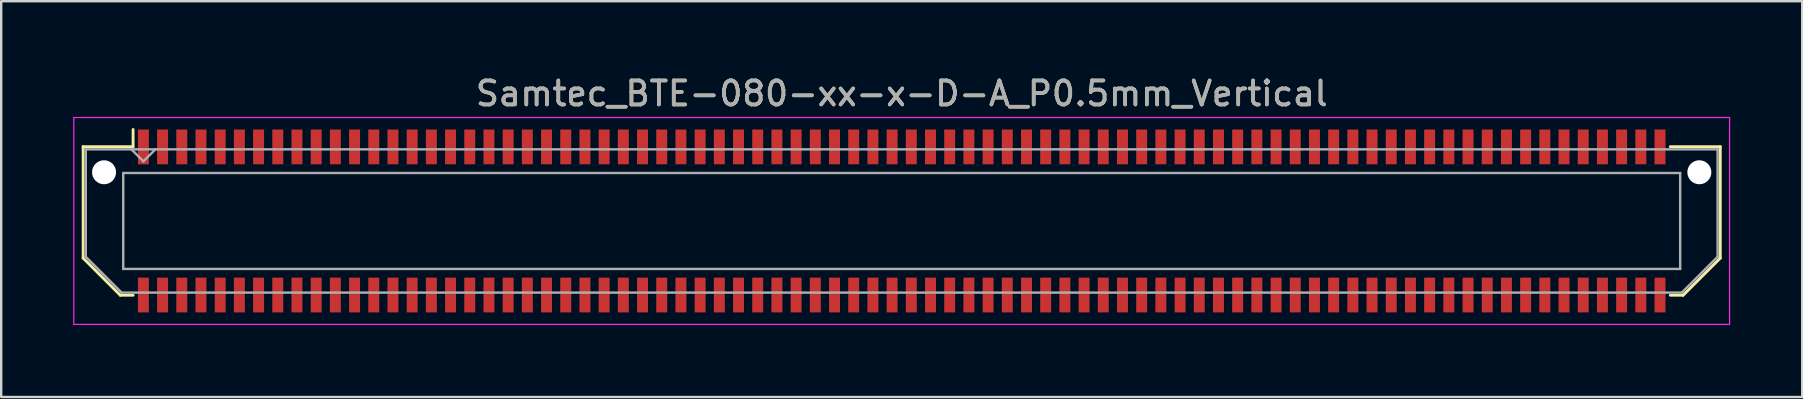
<source format=kicad_pcb>
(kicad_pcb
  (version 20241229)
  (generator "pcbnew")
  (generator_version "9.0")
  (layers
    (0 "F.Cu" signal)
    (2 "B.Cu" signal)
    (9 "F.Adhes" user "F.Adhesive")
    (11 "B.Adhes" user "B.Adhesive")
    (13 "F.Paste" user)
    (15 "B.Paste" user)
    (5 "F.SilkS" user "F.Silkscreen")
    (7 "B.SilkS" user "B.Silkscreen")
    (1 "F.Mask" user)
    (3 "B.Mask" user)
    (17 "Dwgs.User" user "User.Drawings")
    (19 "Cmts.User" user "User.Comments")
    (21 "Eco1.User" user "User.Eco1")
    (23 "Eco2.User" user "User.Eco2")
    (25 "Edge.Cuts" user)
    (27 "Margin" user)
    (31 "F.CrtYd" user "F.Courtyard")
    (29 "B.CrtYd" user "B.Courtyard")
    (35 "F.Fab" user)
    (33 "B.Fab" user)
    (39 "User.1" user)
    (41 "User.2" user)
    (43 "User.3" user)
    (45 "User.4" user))
  (footprint "Samtec_BTE-080-xx-x-D-A_P0.5mm_Vertical"
    (layer "F.Cu")
    (at 34.525 6.158)
    (property "Reference" "Samtec_BTE-080-xx-x-D-A_P0.5mm_Vertical" (at 0 -5.31 0) (layer "F.SilkS") (effects (font (size 1 1) (thickness 0.15))))
    (attr smd)
    (fp_line (start -34.11 -3.095) (end -34.11 1.548) (stroke (width 0.12) (type solid)) (layer "F.SilkS"))
    (fp_line (start -34.11 1.548) (end -32.562 3.095) (stroke (width 0.12) (type solid)) (layer "F.SilkS"))
    (fp_line (start -32.562 3.095) (end -32.029 3.095) (stroke (width 0.12) (type solid)) (layer "F.SilkS"))
    (fp_line (start -32.029 -3.811) (end -32.029 -3.095) (stroke (width 0.12) (type solid)) (layer "F.SilkS"))
    (fp_line (start -32.029 -3.095) (end -34.11 -3.095) (stroke (width 0.12) (type solid)) (layer "F.SilkS"))
    (fp_line (start 32.029 -3.095) (end 34.11 -3.095) (stroke (width 0.12) (type solid)) (layer "F.SilkS"))
    (fp_line (start 32.562 3.095) (end 32.029 3.095) (stroke (width 0.12) (type solid)) (layer "F.SilkS"))
    (fp_line (start 34.11 -3.095) (end 34.11 1.548) (stroke (width 0.12) (type solid)) (layer "F.SilkS"))
    (fp_line (start 34.11 1.548) (end 32.562 3.095) (stroke (width 0.12) (type solid)) (layer "F.SilkS"))
    (fp_line (start -34.5 -4.31) (end -34.5 4.31) (stroke (width 0.05) (type solid)) (layer "F.CrtYd"))
    (fp_line (start -34.5 4.31) (end 34.5 4.31) (stroke (width 0.05) (type solid)) (layer "F.CrtYd"))
    (fp_line (start 34.5 -4.31) (end -34.5 -4.31) (stroke (width 0.05) (type solid)) (layer "F.CrtYd"))
    (fp_line (start 34.5 4.31) (end 34.5 -4.31) (stroke (width 0.05) (type solid)) (layer "F.CrtYd"))
    (fp_line (start -34 -2.985) (end -34 1.492) (stroke (width 0.1) (type solid)) (layer "F.Fab"))
    (fp_line (start -34 -2.985) (end 34 -2.985) (stroke (width 0.1) (type solid)) (layer "F.Fab"))
    (fp_line (start -34 1.492) (end -32.508 2.985) (stroke (width 0.1) (type solid)) (layer "F.Fab"))
    (fp_line (start -32.508 2.985) (end 32.508 2.985) (stroke (width 0.1) (type solid)) (layer "F.Fab"))
    (fp_line (start -32.44 -2) (end -32.44 2) (stroke (width 0.1) (type solid)) (layer "F.Fab"))
    (fp_line (start -32.44 2) (end 32.44 2) (stroke (width 0.1) (type solid)) (layer "F.Fab"))
    (fp_line (start -31.6 -2.485) (end -32.1 -2.985) (stroke (width 0.1) (type solid)) (layer "F.Fab"))
    (fp_line (start -31.1 -2.985) (end -31.6 -2.485) (stroke (width 0.1) (type solid)) (layer "F.Fab"))
    (fp_line (start 32.44 -2) (end -32.44 -2) (stroke (width 0.1) (type solid)) (layer "F.Fab"))
    (fp_line (start 32.44 2) (end 32.44 -2) (stroke (width 0.1) (type solid)) (layer "F.Fab"))
    (fp_line (start 34 -2.985) (end 34 1.492) (stroke (width 0.1) (type solid)) (layer "F.Fab"))
    (fp_line (start 34 1.492) (end 32.508 2.985) (stroke (width 0.1) (type solid)) (layer "F.Fab"))
    (fp_text user "${REFERENCE}" (at 0 -5.31 0) (layer "F.Fab") (effects (font (size 1 1) (thickness 0.15))))
    (pad "" np_thru_hole circle (at -33.239 -2.03) (size 1 1) (drill 1) (layers "*.Cu" "*.Mask"))
    (pad "" np_thru_hole circle (at 33.239 -2.03) (size 1 1) (drill 1) (layers "*.Cu" "*.Mask"))
    (pad "1" smd rect (at -31.6 -3.086) (size 0.457 1.45) (layers "F.Cu" "F.Mask" "F.Paste"))
    (pad "2" smd rect (at -31.6 3.086) (size 0.457 1.45) (layers "F.Cu" "F.Mask" "F.Paste"))
    (pad "3" smd rect (at -30.8 -3.086) (size 0.457 1.45) (layers "F.Cu" "F.Mask" "F.Paste"))
    (pad "4" smd rect (at -30.8 3.086) (size 0.457 1.45) (layers "F.Cu" "F.Mask" "F.Paste"))
    (pad "5" smd rect (at -30 -3.086) (size 0.457 1.45) (layers "F.Cu" "F.Mask" "F.Paste"))
    (pad "6" smd rect (at -30 3.086) (size 0.457 1.45) (layers "F.Cu" "F.Mask" "F.Paste"))
    (pad "7" smd rect (at -29.2 -3.086) (size 0.457 1.45) (layers "F.Cu" "F.Mask" "F.Paste"))
    (pad "8" smd rect (at -29.2 3.086) (size 0.457 1.45) (layers "F.Cu" "F.Mask" "F.Paste"))
    (pad "9" smd rect (at -28.4 -3.086) (size 0.457 1.45) (layers "F.Cu" "F.Mask" "F.Paste"))
    (pad "10" smd rect (at -28.4 3.086) (size 0.457 1.45) (layers "F.Cu" "F.Mask" "F.Paste"))
    (pad "11" smd rect (at -27.6 -3.086) (size 0.457 1.45) (layers "F.Cu" "F.Mask" "F.Paste"))
    (pad "12" smd rect (at -27.6 3.086) (size 0.457 1.45) (layers "F.Cu" "F.Mask" "F.Paste"))
    (pad "13" smd rect (at -26.8 -3.086) (size 0.457 1.45) (layers "F.Cu" "F.Mask" "F.Paste"))
    (pad "14" smd rect (at -26.8 3.086) (size 0.457 1.45) (layers "F.Cu" "F.Mask" "F.Paste"))
    (pad "15" smd rect (at -26 -3.086) (size 0.457 1.45) (layers "F.Cu" "F.Mask" "F.Paste"))
    (pad "16" smd rect (at -26 3.086) (size 0.457 1.45) (layers "F.Cu" "F.Mask" "F.Paste"))
    (pad "17" smd rect (at -25.2 -3.086) (size 0.457 1.45) (layers "F.Cu" "F.Mask" "F.Paste"))
    (pad "18" smd rect (at -25.2 3.086) (size 0.457 1.45) (layers "F.Cu" "F.Mask" "F.Paste"))
    (pad "19" smd rect (at -24.4 -3.086) (size 0.457 1.45) (layers "F.Cu" "F.Mask" "F.Paste"))
    (pad "20" smd rect (at -24.4 3.086) (size 0.457 1.45) (layers "F.Cu" "F.Mask" "F.Paste"))
    (pad "21" smd rect (at -23.6 -3.086) (size 0.457 1.45) (layers "F.Cu" "F.Mask" "F.Paste"))
    (pad "22" smd rect (at -23.6 3.086) (size 0.457 1.45) (layers "F.Cu" "F.Mask" "F.Paste"))
    (pad "23" smd rect (at -22.8 -3.086) (size 0.457 1.45) (layers "F.Cu" "F.Mask" "F.Paste"))
    (pad "24" smd rect (at -22.8 3.086) (size 0.457 1.45) (layers "F.Cu" "F.Mask" "F.Paste"))
    (pad "25" smd rect (at -22 -3.086) (size 0.457 1.45) (layers "F.Cu" "F.Mask" "F.Paste"))
    (pad "26" smd rect (at -22 3.086) (size 0.457 1.45) (layers "F.Cu" "F.Mask" "F.Paste"))
    (pad "27" smd rect (at -21.2 -3.086) (size 0.457 1.45) (layers "F.Cu" "F.Mask" "F.Paste"))
    (pad "28" smd rect (at -21.2 3.086) (size 0.457 1.45) (layers "F.Cu" "F.Mask" "F.Paste"))
    (pad "29" smd rect (at -20.4 -3.086) (size 0.457 1.45) (layers "F.Cu" "F.Mask" "F.Paste"))
    (pad "30" smd rect (at -20.4 3.086) (size 0.457 1.45) (layers "F.Cu" "F.Mask" "F.Paste"))
    (pad "31" smd rect (at -19.6 -3.086) (size 0.457 1.45) (layers "F.Cu" "F.Mask" "F.Paste"))
    (pad "32" smd rect (at -19.6 3.086) (size 0.457 1.45) (layers "F.Cu" "F.Mask" "F.Paste"))
    (pad "33" smd rect (at -18.8 -3.086) (size 0.457 1.45) (layers "F.Cu" "F.Mask" "F.Paste"))
    (pad "34" smd rect (at -18.8 3.086) (size 0.457 1.45) (layers "F.Cu" "F.Mask" "F.Paste"))
    (pad "35" smd rect (at -18 -3.086) (size 0.457 1.45) (layers "F.Cu" "F.Mask" "F.Paste"))
    (pad "36" smd rect (at -18 3.086) (size 0.457 1.45) (layers "F.Cu" "F.Mask" "F.Paste"))
    (pad "37" smd rect (at -17.2 -3.086) (size 0.457 1.45) (layers "F.Cu" "F.Mask" "F.Paste"))
    (pad "38" smd rect (at -17.2 3.086) (size 0.457 1.45) (layers "F.Cu" "F.Mask" "F.Paste"))
    (pad "39" smd rect (at -16.4 -3.086) (size 0.457 1.45) (layers "F.Cu" "F.Mask" "F.Paste"))
    (pad "40" smd rect (at -16.4 3.086) (size 0.457 1.45) (layers "F.Cu" "F.Mask" "F.Paste"))
    (pad "41" smd rect (at -15.6 -3.086) (size 0.457 1.45) (layers "F.Cu" "F.Mask" "F.Paste"))
    (pad "42" smd rect (at -15.6 3.086) (size 0.457 1.45) (layers "F.Cu" "F.Mask" "F.Paste"))
    (pad "43" smd rect (at -14.8 -3.086) (size 0.457 1.45) (layers "F.Cu" "F.Mask" "F.Paste"))
    (pad "44" smd rect (at -14.8 3.086) (size 0.457 1.45) (layers "F.Cu" "F.Mask" "F.Paste"))
    (pad "45" smd rect (at -14 -3.086) (size 0.457 1.45) (layers "F.Cu" "F.Mask" "F.Paste"))
    (pad "46" smd rect (at -14 3.086) (size 0.457 1.45) (layers "F.Cu" "F.Mask" "F.Paste"))
    (pad "47" smd rect (at -13.2 -3.086) (size 0.457 1.45) (layers "F.Cu" "F.Mask" "F.Paste"))
    (pad "48" smd rect (at -13.2 3.086) (size 0.457 1.45) (layers "F.Cu" "F.Mask" "F.Paste"))
    (pad "49" smd rect (at -12.4 -3.086) (size 0.457 1.45) (layers "F.Cu" "F.Mask" "F.Paste"))
    (pad "50" smd rect (at -12.4 3.086) (size 0.457 1.45) (layers "F.Cu" "F.Mask" "F.Paste"))
    (pad "51" smd rect (at -11.6 -3.086) (size 0.457 1.45) (layers "F.Cu" "F.Mask" "F.Paste"))
    (pad "52" smd rect (at -11.6 3.086) (size 0.457 1.45) (layers "F.Cu" "F.Mask" "F.Paste"))
    (pad "53" smd rect (at -10.8 -3.086) (size 0.457 1.45) (layers "F.Cu" "F.Mask" "F.Paste"))
    (pad "54" smd rect (at -10.8 3.086) (size 0.457 1.45) (layers "F.Cu" "F.Mask" "F.Paste"))
    (pad "55" smd rect (at -10 -3.086) (size 0.457 1.45) (layers "F.Cu" "F.Mask" "F.Paste"))
    (pad "56" smd rect (at -10 3.086) (size 0.457 1.45) (layers "F.Cu" "F.Mask" "F.Paste"))
    (pad "57" smd rect (at -9.2 -3.086) (size 0.457 1.45) (layers "F.Cu" "F.Mask" "F.Paste"))
    (pad "58" smd rect (at -9.2 3.086) (size 0.457 1.45) (layers "F.Cu" "F.Mask" "F.Paste"))
    (pad "59" smd rect (at -8.4 -3.086) (size 0.457 1.45) (layers "F.Cu" "F.Mask" "F.Paste"))
    (pad "60" smd rect (at -8.4 3.086) (size 0.457 1.45) (layers "F.Cu" "F.Mask" "F.Paste"))
    (pad "61" smd rect (at -7.6 -3.086) (size 0.457 1.45) (layers "F.Cu" "F.Mask" "F.Paste"))
    (pad "62" smd rect (at -7.6 3.086) (size 0.457 1.45) (layers "F.Cu" "F.Mask" "F.Paste"))
    (pad "63" smd rect (at -6.8 -3.086) (size 0.457 1.45) (layers "F.Cu" "F.Mask" "F.Paste"))
    (pad "64" smd rect (at -6.8 3.086) (size 0.457 1.45) (layers "F.Cu" "F.Mask" "F.Paste"))
    (pad "65" smd rect (at -6 -3.086) (size 0.457 1.45) (layers "F.Cu" "F.Mask" "F.Paste"))
    (pad "66" smd rect (at -6 3.086) (size 0.457 1.45) (layers "F.Cu" "F.Mask" "F.Paste"))
    (pad "67" smd rect (at -5.2 -3.086) (size 0.457 1.45) (layers "F.Cu" "F.Mask" "F.Paste"))
    (pad "68" smd rect (at -5.2 3.086) (size 0.457 1.45) (layers "F.Cu" "F.Mask" "F.Paste"))
    (pad "69" smd rect (at -4.4 -3.086) (size 0.457 1.45) (layers "F.Cu" "F.Mask" "F.Paste"))
    (pad "70" smd rect (at -4.4 3.086) (size 0.457 1.45) (layers "F.Cu" "F.Mask" "F.Paste"))
    (pad "71" smd rect (at -3.6 -3.086) (size 0.457 1.45) (layers "F.Cu" "F.Mask" "F.Paste"))
    (pad "72" smd rect (at -3.6 3.086) (size 0.457 1.45) (layers "F.Cu" "F.Mask" "F.Paste"))
    (pad "73" smd rect (at -2.8 -3.086) (size 0.457 1.45) (layers "F.Cu" "F.Mask" "F.Paste"))
    (pad "74" smd rect (at -2.8 3.086) (size 0.457 1.45) (layers "F.Cu" "F.Mask" "F.Paste"))
    (pad "75" smd rect (at -2 -3.086) (size 0.457 1.45) (layers "F.Cu" "F.Mask" "F.Paste"))
    (pad "76" smd rect (at -2 3.086) (size 0.457 1.45) (layers "F.Cu" "F.Mask" "F.Paste"))
    (pad "77" smd rect (at -1.2 -3.086) (size 0.457 1.45) (layers "F.Cu" "F.Mask" "F.Paste"))
    (pad "78" smd rect (at -1.2 3.086) (size 0.457 1.45) (layers "F.Cu" "F.Mask" "F.Paste"))
    (pad "79" smd rect (at -0.4 -3.086) (size 0.457 1.45) (layers "F.Cu" "F.Mask" "F.Paste"))
    (pad "80" smd rect (at -0.4 3.086) (size 0.457 1.45) (layers "F.Cu" "F.Mask" "F.Paste"))
    (pad "81" smd rect (at 0.4 -3.086) (size 0.457 1.45) (layers "F.Cu" "F.Mask" "F.Paste"))
    (pad "82" smd rect (at 0.4 3.086) (size 0.457 1.45) (layers "F.Cu" "F.Mask" "F.Paste"))
    (pad "83" smd rect (at 1.2 -3.086) (size 0.457 1.45) (layers "F.Cu" "F.Mask" "F.Paste"))
    (pad "84" smd rect (at 1.2 3.086) (size 0.457 1.45) (layers "F.Cu" "F.Mask" "F.Paste"))
    (pad "85" smd rect (at 2 -3.086) (size 0.457 1.45) (layers "F.Cu" "F.Mask" "F.Paste"))
    (pad "86" smd rect (at 2 3.086) (size 0.457 1.45) (layers "F.Cu" "F.Mask" "F.Paste"))
    (pad "87" smd rect (at 2.8 -3.086) (size 0.457 1.45) (layers "F.Cu" "F.Mask" "F.Paste"))
    (pad "88" smd rect (at 2.8 3.086) (size 0.457 1.45) (layers "F.Cu" "F.Mask" "F.Paste"))
    (pad "89" smd rect (at 3.6 -3.086) (size 0.457 1.45) (layers "F.Cu" "F.Mask" "F.Paste"))
    (pad "90" smd rect (at 3.6 3.086) (size 0.457 1.45) (layers "F.Cu" "F.Mask" "F.Paste"))
    (pad "91" smd rect (at 4.4 -3.086) (size 0.457 1.45) (layers "F.Cu" "F.Mask" "F.Paste"))
    (pad "92" smd rect (at 4.4 3.086) (size 0.457 1.45) (layers "F.Cu" "F.Mask" "F.Paste"))
    (pad "93" smd rect (at 5.2 -3.086) (size 0.457 1.45) (layers "F.Cu" "F.Mask" "F.Paste"))
    (pad "94" smd rect (at 5.2 3.086) (size 0.457 1.45) (layers "F.Cu" "F.Mask" "F.Paste"))
    (pad "95" smd rect (at 6 -3.086) (size 0.457 1.45) (layers "F.Cu" "F.Mask" "F.Paste"))
    (pad "96" smd rect (at 6 3.086) (size 0.457 1.45) (layers "F.Cu" "F.Mask" "F.Paste"))
    (pad "97" smd rect (at 6.8 -3.086) (size 0.457 1.45) (layers "F.Cu" "F.Mask" "F.Paste"))
    (pad "98" smd rect (at 6.8 3.086) (size 0.457 1.45) (layers "F.Cu" "F.Mask" "F.Paste"))
    (pad "99" smd rect (at 7.6 -3.086) (size 0.457 1.45) (layers "F.Cu" "F.Mask" "F.Paste"))
    (pad "100" smd rect (at 7.6 3.086) (size 0.457 1.45) (layers "F.Cu" "F.Mask" "F.Paste"))
    (pad "101" smd rect (at 8.4 -3.086) (size 0.457 1.45) (layers "F.Cu" "F.Mask" "F.Paste"))
    (pad "102" smd rect (at 8.4 3.086) (size 0.457 1.45) (layers "F.Cu" "F.Mask" "F.Paste"))
    (pad "103" smd rect (at 9.2 -3.086) (size 0.457 1.45) (layers "F.Cu" "F.Mask" "F.Paste"))
    (pad "104" smd rect (at 9.2 3.086) (size 0.457 1.45) (layers "F.Cu" "F.Mask" "F.Paste"))
    (pad "105" smd rect (at 10 -3.086) (size 0.457 1.45) (layers "F.Cu" "F.Mask" "F.Paste"))
    (pad "106" smd rect (at 10 3.086) (size 0.457 1.45) (layers "F.Cu" "F.Mask" "F.Paste"))
    (pad "107" smd rect (at 10.8 -3.086) (size 0.457 1.45) (layers "F.Cu" "F.Mask" "F.Paste"))
    (pad "108" smd rect (at 10.8 3.086) (size 0.457 1.45) (layers "F.Cu" "F.Mask" "F.Paste"))
    (pad "109" smd rect (at 11.6 -3.086) (size 0.457 1.45) (layers "F.Cu" "F.Mask" "F.Paste"))
    (pad "110" smd rect (at 11.6 3.086) (size 0.457 1.45) (layers "F.Cu" "F.Mask" "F.Paste"))
    (pad "111" smd rect (at 12.4 -3.086) (size 0.457 1.45) (layers "F.Cu" "F.Mask" "F.Paste"))
    (pad "112" smd rect (at 12.4 3.086) (size 0.457 1.45) (layers "F.Cu" "F.Mask" "F.Paste"))
    (pad "113" smd rect (at 13.2 -3.086) (size 0.457 1.45) (layers "F.Cu" "F.Mask" "F.Paste"))
    (pad "114" smd rect (at 13.2 3.086) (size 0.457 1.45) (layers "F.Cu" "F.Mask" "F.Paste"))
    (pad "115" smd rect (at 14 -3.086) (size 0.457 1.45) (layers "F.Cu" "F.Mask" "F.Paste"))
    (pad "116" smd rect (at 14 3.086) (size 0.457 1.45) (layers "F.Cu" "F.Mask" "F.Paste"))
    (pad "117" smd rect (at 14.8 -3.086) (size 0.457 1.45) (layers "F.Cu" "F.Mask" "F.Paste"))
    (pad "118" smd rect (at 14.8 3.086) (size 0.457 1.45) (layers "F.Cu" "F.Mask" "F.Paste"))
    (pad "119" smd rect (at 15.6 -3.086) (size 0.457 1.45) (layers "F.Cu" "F.Mask" "F.Paste"))
    (pad "120" smd rect (at 15.6 3.086) (size 0.457 1.45) (layers "F.Cu" "F.Mask" "F.Paste"))
    (pad "121" smd rect (at 16.4 -3.086) (size 0.457 1.45) (layers "F.Cu" "F.Mask" "F.Paste"))
    (pad "122" smd rect (at 16.4 3.086) (size 0.457 1.45) (layers "F.Cu" "F.Mask" "F.Paste"))
    (pad "123" smd rect (at 17.2 -3.086) (size 0.457 1.45) (layers "F.Cu" "F.Mask" "F.Paste"))
    (pad "124" smd rect (at 17.2 3.086) (size 0.457 1.45) (layers "F.Cu" "F.Mask" "F.Paste"))
    (pad "125" smd rect (at 18 -3.086) (size 0.457 1.45) (layers "F.Cu" "F.Mask" "F.Paste"))
    (pad "126" smd rect (at 18 3.086) (size 0.457 1.45) (layers "F.Cu" "F.Mask" "F.Paste"))
    (pad "127" smd rect (at 18.8 -3.086) (size 0.457 1.45) (layers "F.Cu" "F.Mask" "F.Paste"))
    (pad "128" smd rect (at 18.8 3.086) (size 0.457 1.45) (layers "F.Cu" "F.Mask" "F.Paste"))
    (pad "129" smd rect (at 19.6 -3.086) (size 0.457 1.45) (layers "F.Cu" "F.Mask" "F.Paste"))
    (pad "130" smd rect (at 19.6 3.086) (size 0.457 1.45) (layers "F.Cu" "F.Mask" "F.Paste"))
    (pad "131" smd rect (at 20.4 -3.086) (size 0.457 1.45) (layers "F.Cu" "F.Mask" "F.Paste"))
    (pad "132" smd rect (at 20.4 3.086) (size 0.457 1.45) (layers "F.Cu" "F.Mask" "F.Paste"))
    (pad "133" smd rect (at 21.2 -3.086) (size 0.457 1.45) (layers "F.Cu" "F.Mask" "F.Paste"))
    (pad "134" smd rect (at 21.2 3.086) (size 0.457 1.45) (layers "F.Cu" "F.Mask" "F.Paste"))
    (pad "135" smd rect (at 22 -3.086) (size 0.457 1.45) (layers "F.Cu" "F.Mask" "F.Paste"))
    (pad "136" smd rect (at 22 3.086) (size 0.457 1.45) (layers "F.Cu" "F.Mask" "F.Paste"))
    (pad "137" smd rect (at 22.8 -3.086) (size 0.457 1.45) (layers "F.Cu" "F.Mask" "F.Paste"))
    (pad "138" smd rect (at 22.8 3.086) (size 0.457 1.45) (layers "F.Cu" "F.Mask" "F.Paste"))
    (pad "139" smd rect (at 23.6 -3.086) (size 0.457 1.45) (layers "F.Cu" "F.Mask" "F.Paste"))
    (pad "140" smd rect (at 23.6 3.086) (size 0.457 1.45) (layers "F.Cu" "F.Mask" "F.Paste"))
    (pad "141" smd rect (at 24.4 -3.086) (size 0.457 1.45) (layers "F.Cu" "F.Mask" "F.Paste"))
    (pad "142" smd rect (at 24.4 3.086) (size 0.457 1.45) (layers "F.Cu" "F.Mask" "F.Paste"))
    (pad "143" smd rect (at 25.2 -3.086) (size 0.457 1.45) (layers "F.Cu" "F.Mask" "F.Paste"))
    (pad "144" smd rect (at 25.2 3.086) (size 0.457 1.45) (layers "F.Cu" "F.Mask" "F.Paste"))
    (pad "145" smd rect (at 26 -3.086) (size 0.457 1.45) (layers "F.Cu" "F.Mask" "F.Paste"))
    (pad "146" smd rect (at 26 3.086) (size 0.457 1.45) (layers "F.Cu" "F.Mask" "F.Paste"))
    (pad "147" smd rect (at 26.8 -3.086) (size 0.457 1.45) (layers "F.Cu" "F.Mask" "F.Paste"))
    (pad "148" smd rect (at 26.8 3.086) (size 0.457 1.45) (layers "F.Cu" "F.Mask" "F.Paste"))
    (pad "149" smd rect (at 27.6 -3.086) (size 0.457 1.45) (layers "F.Cu" "F.Mask" "F.Paste"))
    (pad "150" smd rect (at 27.6 3.086) (size 0.457 1.45) (layers "F.Cu" "F.Mask" "F.Paste"))
    (pad "151" smd rect (at 28.4 -3.086) (size 0.457 1.45) (layers "F.Cu" "F.Mask" "F.Paste"))
    (pad "152" smd rect (at 28.4 3.086) (size 0.457 1.45) (layers "F.Cu" "F.Mask" "F.Paste"))
    (pad "153" smd rect (at 29.2 -3.086) (size 0.457 1.45) (layers "F.Cu" "F.Mask" "F.Paste"))
    (pad "154" smd rect (at 29.2 3.086) (size 0.457 1.45) (layers "F.Cu" "F.Mask" "F.Paste"))
    (pad "155" smd rect (at 30 -3.086) (size 0.457 1.45) (layers "F.Cu" "F.Mask" "F.Paste"))
    (pad "156" smd rect (at 30 3.086) (size 0.457 1.45) (layers "F.Cu" "F.Mask" "F.Paste"))
    (pad "157" smd rect (at 30.8 -3.086) (size 0.457 1.45) (layers "F.Cu" "F.Mask" "F.Paste"))
    (pad "158" smd rect (at 30.8 3.086) (size 0.457 1.45) (layers "F.Cu" "F.Mask" "F.Paste"))
    (pad "159" smd rect (at 31.6 -3.086) (size 0.457 1.45) (layers "F.Cu" "F.Mask" "F.Paste"))
    (pad "160" smd rect (at 31.6 3.086) (size 0.457 1.45) (layers "F.Cu" "F.Mask" "F.Paste")))
  (gr_rect
    (start -3 -3)
    (end 72.05 13.493)
    (stroke (width 0.1) (type default))
    (fill no)
    (layer "Edge.Cuts")))
</source>
